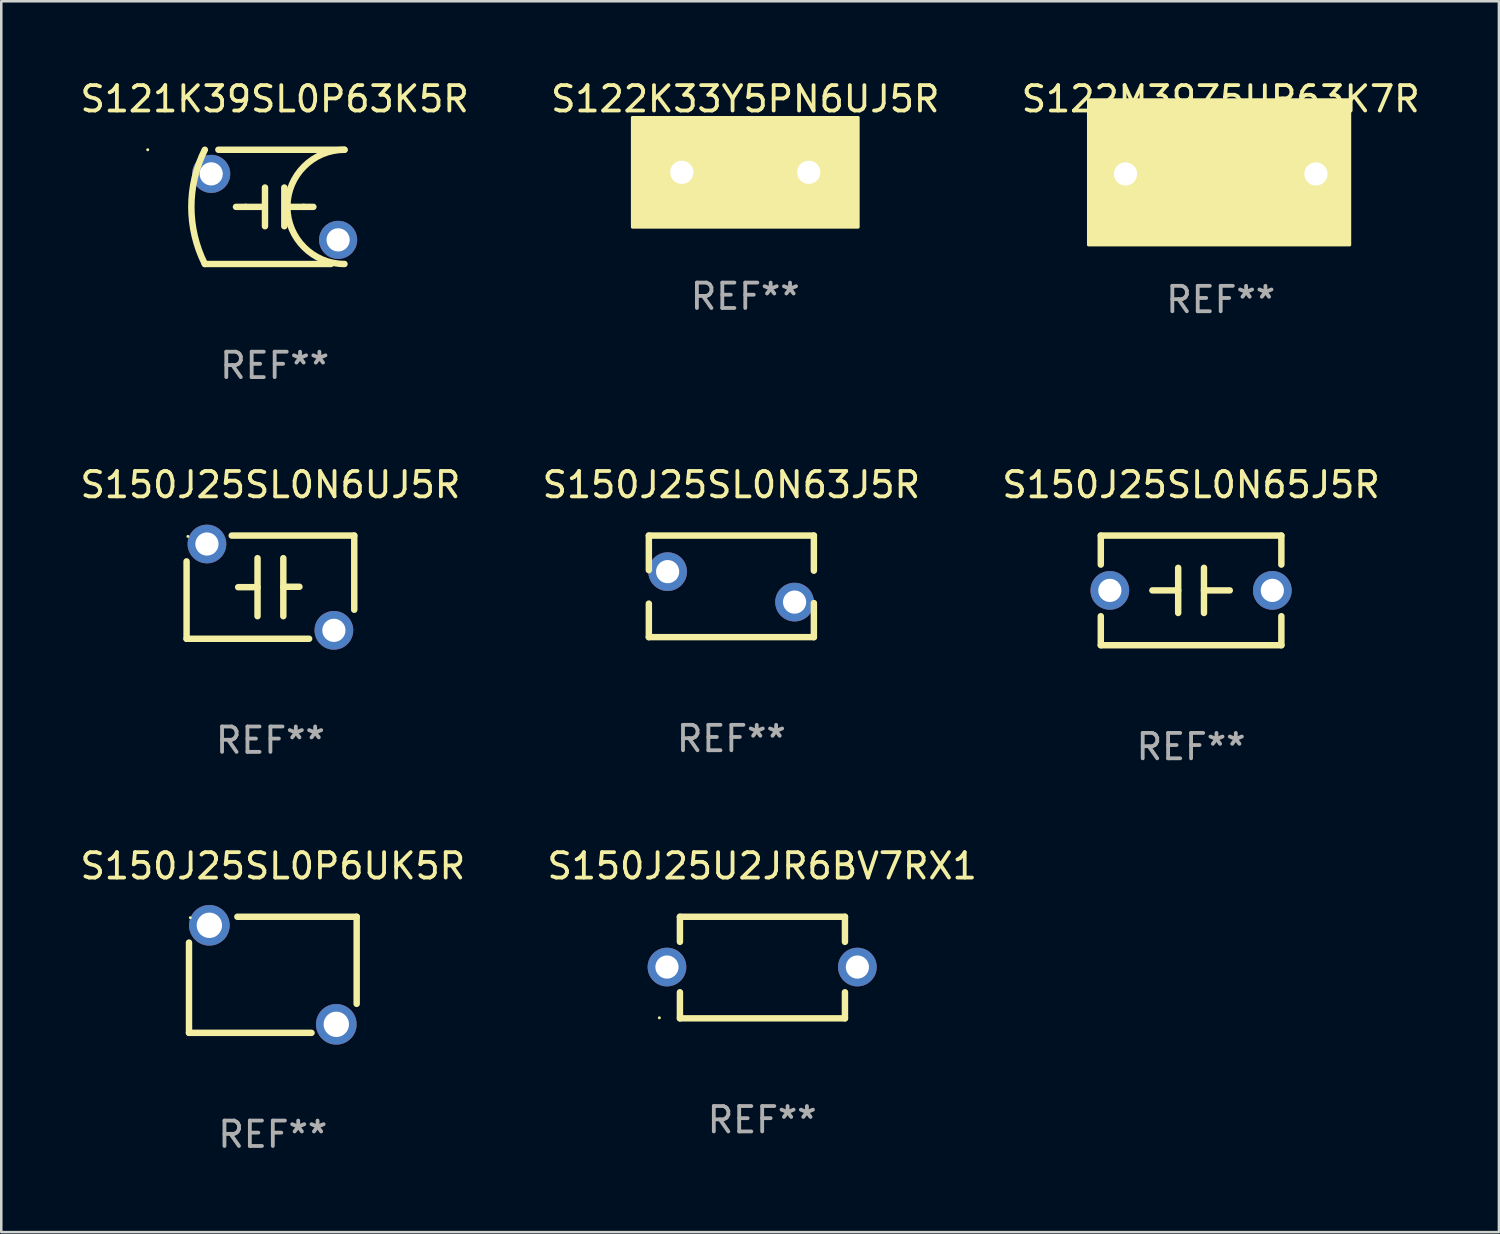
<source format=kicad_pcb>
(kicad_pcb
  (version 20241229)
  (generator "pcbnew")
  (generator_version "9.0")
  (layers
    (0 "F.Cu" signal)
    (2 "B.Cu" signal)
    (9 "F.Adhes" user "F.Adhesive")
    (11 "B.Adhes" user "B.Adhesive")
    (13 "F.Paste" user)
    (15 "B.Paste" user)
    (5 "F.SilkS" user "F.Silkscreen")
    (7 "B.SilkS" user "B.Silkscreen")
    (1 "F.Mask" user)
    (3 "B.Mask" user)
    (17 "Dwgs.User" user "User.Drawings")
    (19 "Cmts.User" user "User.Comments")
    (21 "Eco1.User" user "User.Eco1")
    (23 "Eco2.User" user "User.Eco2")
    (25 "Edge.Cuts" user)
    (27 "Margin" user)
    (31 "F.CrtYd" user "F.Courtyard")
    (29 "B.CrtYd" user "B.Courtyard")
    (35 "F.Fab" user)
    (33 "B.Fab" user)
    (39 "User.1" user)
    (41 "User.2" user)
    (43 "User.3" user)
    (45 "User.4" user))
  (footprint "S150J25U2JR6BV7RX1"
    (layer "F.Cu")
    (at 26.97 35.059)
    (property "Reference" "S150J25U2JR6BV7RX1" (at 0 -4 0) (layer "F.SilkS") (effects (font (size 1 1) (thickness 0.15))))
    (attr through_hole)
    (fp_line (start -3.24 -2) (end -3.24 -1.013) (stroke (width 0.254) (type solid)) (layer "F.SilkS"))
    (fp_line (start -3.24 -2) (end 3.26 -2) (stroke (width 0.254) (type solid)) (layer "F.SilkS"))
    (fp_line (start -3.24 0.973) (end -3.24 2) (stroke (width 0.254) (type solid)) (layer "F.SilkS"))
    (fp_line (start 3.26 -2) (end 3.26 -1.013) (stroke (width 0.254) (type solid)) (layer "F.SilkS"))
    (fp_line (start 3.26 0.973) (end 3.26 2) (stroke (width 0.254) (type solid)) (layer "F.SilkS"))
    (fp_line (start 3.26 2) (end -3.24 2) (stroke (width 0.254) (type solid)) (layer "F.SilkS"))
    (fp_circle (center -4.05 1.98) (end -4.02 1.98) (stroke (width 0.06) (type solid)) (fill no) (layer "F.SilkS"))
    (fp_text user "REF**" (at 0 6 0) (layer "F.Fab") (effects (font (size 1 1) (thickness 0.15))))
    (pad "1" thru_hole circle (at -3.75 -0.02) (size 1.524 1.524) (drill 0.914) (layers "*.Cu" "*.Mask"))
    (pad "2" thru_hole circle (at 3.75 -0.02) (size 1.524 1.524) (drill 0.914) (layers "*.Cu" "*.Mask")))
  (footprint "S122K33Y5PN6UJ5R"
    (layer "F.Cu")
    (at 26.304 3.737)
    (property "Reference" "S122K33Y5PN6UJ5R" (at 0 -2.889 0) (layer "F.SilkS") (effects (font (size 1 1) (thickness 0.15))))
    (attr through_hole)
    (fp_line (start -0.508 0) (end -1.27 0) (stroke (width 0.254) (type solid)) (layer "F.SilkS"))
    (fp_line (start -0.508 0.889) (end -0.508 -0.889) (stroke (width 0.254) (type solid)) (layer "F.SilkS"))
    (fp_line (start 0.508 -0.889) (end 0.508 0.889) (stroke (width 0.254) (type solid)) (layer "F.SilkS"))
    (fp_line (start 0.508 0) (end 1.27 0) (stroke (width 0.254) (type solid)) (layer "F.SilkS"))
    (fp_circle (center -4.25 2) (end -4.22 2) (stroke (width 0.06) (type solid)) (fill no) (layer "F.SilkS"))
    (fp_poly (pts (xy -4.445 -2.159) (xy 4.445 -2.159) (xy 4.445 2.159) (xy -4.445 2.159)) (stroke (width 0.12) (type solid)) (fill yes) (layer "F.SilkS"))
    (fp_text user "REF**" (at 0 4.889 0) (layer "F.Fab") (effects (font (size 1 1) (thickness 0.15))))
    (pad "1" thru_hole circle (at -2.5 0) (size 1.524 1.524) (drill 0.914) (layers "*.Cu" "*.Mask"))
    (pad "2" thru_hole circle (at 2.5 0) (size 1.524 1.524) (drill 0.914) (layers "*.Cu" "*.Mask")))
  (footprint "S150J25SL0N6UJ5R"
    (layer "F.Cu")
    (at 7.601 20.077)
    (property "Reference" "S150J25SL0N6UJ5R" (at 0 -4.032 0) (layer "F.SilkS") (effects (font (size 1 1) (thickness 0.15))))
    (attr through_hole)
    (fp_line (start -3.302 2.032) (end -3.302 -1.016) (stroke (width 0.254) (type solid)) (layer "F.SilkS"))
    (fp_line (start -3.302 2.032) (end 1.524 2.032) (stroke (width 0.254) (type solid)) (layer "F.SilkS"))
    (fp_line (start -1.524 -2.032) (end 3.302 -2.032) (stroke (width 0.254) (type solid)) (layer "F.SilkS"))
    (fp_line (start -1.27 0) (end -0.508 0) (stroke (width 0.254) (type solid)) (layer "F.SilkS"))
    (fp_line (start -0.508 1.143) (end -0.508 -1.143) (stroke (width 0.254) (type solid)) (layer "F.SilkS"))
    (fp_line (start 0.508 -0.016) (end 1.143 -0.016) (stroke (width 0.254) (type solid)) (layer "F.SilkS"))
    (fp_line (start 0.508 1.143) (end 0.508 -1.143) (stroke (width 0.254) (type solid)) (layer "F.SilkS"))
    (fp_line (start 3.302 -2.032) (end 3.302 0.889) (stroke (width 0.254) (type solid)) (layer "F.SilkS"))
    (fp_circle (center -3.25 -2) (end -3.22 -2) (stroke (width 0.06) (type solid)) (fill no) (layer "F.SilkS"))
    (fp_text user "REF**" (at 0 6.032 0) (layer "F.Fab") (effects (font (size 1 1) (thickness 0.15))))
    (pad "1" thru_hole circle (at -2.5 -1.7) (size 1.524 1.524) (drill 0.914) (layers "*.Cu" "*.Mask"))
    (pad "2" thru_hole circle (at 2.5 1.7) (size 1.524 1.524) (drill 0.914) (layers "*.Cu" "*.Mask")))
  (footprint "S122M39Z5UR63K7R"
    (layer "F.Cu")
    (at 45.03 3.801)
    (property "Reference" "S122M39Z5UR63K7R" (at 0 -2.953 0) (layer "F.SilkS") (effects (font (size 1 1) (thickness 0.15))))
    (attr through_hole)
    (fp_line (start -0.381 -0.000025) (end -1.397 -0.000025) (stroke (width 0.254) (type solid)) (layer "F.SilkS"))
    (fp_line (start -0.381 0.953) (end -0.381 -0.953) (stroke (width 0.254) (type solid)) (layer "F.SilkS"))
    (fp_line (start 0.381 -0.953) (end 0.381 0.953) (stroke (width 0.254) (type solid)) (layer "F.SilkS"))
    (fp_line (start 0.381 0.000025) (end 1.397 0.000025) (stroke (width 0.254) (type solid)) (layer "F.SilkS"))
    (fp_circle (center -5 2.75) (end -4.97 2.75) (stroke (width 0.06) (type solid)) (fill no) (layer "F.SilkS"))
    (fp_poly (pts (xy -5.207 -2.921) (xy 5.08 -2.921) (xy 5.08 2.794) (xy -5.207 2.794)) (stroke (width 0.12) (type solid)) (fill yes) (layer "F.SilkS"))
    (fp_text user "REF**" (at 0 4.953 0) (layer "F.Fab") (effects (font (size 1 1) (thickness 0.15))))
    (pad "1" thru_hole circle (at -3.75 0) (size 1.524 1.524) (drill 0.914) (layers "*.Cu" "*.Mask"))
    (pad "2" thru_hole circle (at 3.75 0) (size 1.524 1.524) (drill 0.914) (layers "*.Cu" "*.Mask")))
  (footprint "S150J25SL0P6UK5R"
    (layer "F.Cu")
    (at 7.696 35.345)
    (property "Reference" "S150J25SL0P6UK5R" (at 0 -4.286 0) (layer "F.SilkS") (effects (font (size 1 1) (thickness 0.15))))
    (attr through_hole)
    (fp_line (start -3.302 2.286) (end -3.302 -1.27) (stroke (width 0.254) (type solid)) (layer "F.SilkS"))
    (fp_line (start -3.302 2.286) (end 1.524 2.286) (stroke (width 0.254) (type solid)) (layer "F.SilkS"))
    (fp_line (start -1.397 -2.286) (end 3.302 -2.286) (stroke (width 0.254) (type solid)) (layer "F.SilkS"))
    (fp_line (start 3.302 -2.286) (end 3.302 1.143) (stroke (width 0.254) (type solid)) (layer "F.SilkS"))
    (fp_circle (center -3.25 -2.25) (end -3.22 -2.25) (stroke (width 0.06) (type solid)) (fill no) (layer "F.SilkS"))
    (fp_text user "REF**" (at 0 6.286 0) (layer "F.Fab") (effects (font (size 1 1) (thickness 0.15))))
    (pad "1" thru_hole circle (at -2.5 -1.95) (size 1.6 1.6) (drill 1) (layers "*.Cu" "*.Mask"))
    (pad "2" thru_hole circle (at 2.5 1.95) (size 1.6 1.6) (drill 1) (layers "*.Cu" "*.Mask")))
  (footprint "S150J25SL0N63J5R"
    (layer "F.Cu")
    (at 25.756 20.045)
    (property "Reference" "S150J25SL0N63J5R" (at 0 -4 0) (layer "F.SilkS") (effects (font (size 1 1) (thickness 0.15))))
    (attr through_hole)
    (fp_line (start -3.25 -0.64) (end -3.25 -2) (stroke (width 0.254) (type solid)) (layer "F.SilkS"))
    (fp_line (start -3.25 2) (end -3.25 0.68) (stroke (width 0.254) (type solid)) (layer "F.SilkS"))
    (fp_line (start -3.25 2) (end 3.25 2) (stroke (width 0.254) (type solid)) (layer "F.SilkS"))
    (fp_line (start 3.25 -2) (end -3.25 -2) (stroke (width 0.254) (type solid)) (layer "F.SilkS"))
    (fp_line (start 3.25 -0.617) (end 3.25 -2) (stroke (width 0.254) (type solid)) (layer "F.SilkS"))
    (fp_line (start 3.25 2) (end 3.25 0.657) (stroke (width 0.254) (type solid)) (layer "F.SilkS"))
    (fp_circle (center -3.26 -1.98) (end -3.23 -1.98) (stroke (width 0.06) (type solid)) (fill no) (layer "F.SilkS"))
    (fp_text user "REF**" (at 0 6 0) (layer "F.Fab") (effects (font (size 1 1) (thickness 0.15))))
    (pad "1" thru_hole circle (at -2.51 -0.58) (size 1.524 1.524) (drill 0.914) (layers "*.Cu" "*.Mask"))
    (pad "2" thru_hole circle (at 2.49 0.62) (size 1.524 1.524) (drill 0.914) (layers "*.Cu" "*.Mask")))
  (footprint "S121K39SL0P63K5R"
    (layer "F.Cu")
    (at 7.768 5.098)
    (property "Reference" "S121K39SL0P63K5R" (at 0 -4.25 0) (layer "F.SilkS") (effects (font (size 1 1) (thickness 0.15))))
    (attr through_hole)
    (fp_line (start -2.75 2.25) (end 2.217 2.25) (stroke (width 0.254) (type solid)) (layer "F.SilkS"))
    (fp_line (start -1.143 0) (end -1.524 0) (stroke (width 0.254) (type solid)) (layer "F.SilkS"))
    (fp_line (start -1.143 0) (end -0.508 0) (stroke (width 0.254) (type solid)) (layer "F.SilkS"))
    (fp_line (start -0.381 -0.762) (end -0.381 0.762) (stroke (width 0.254) (type solid)) (layer "F.SilkS"))
    (fp_line (start 0.381 -0.762) (end 0.381 0.762) (stroke (width 0.254) (type solid)) (layer "F.SilkS"))
    (fp_line (start 1.143 0) (end 0.508 0) (stroke (width 0.254) (type solid)) (layer "F.SilkS"))
    (fp_line (start 1.143 0) (end 1.524 0) (stroke (width 0.254) (type solid)) (layer "F.SilkS"))
    (fp_line (start 2.75 -2.25) (end -2.217 -2.25) (stroke (width 0.254) (type solid)) (layer "F.SilkS"))
    (fp_arc (start -2.749962 2.250013) (mid -3.281118 0) (end -2.749962 -2.250013) (stroke (width 0.254001) (type solid)) (layer "F.SilkS"))
    (fp_arc (start 2.749962 2.250013) (mid 0.499949 0) (end 2.749962 -2.250013) (stroke (width 0.254001) (type solid)) (layer "F.SilkS"))
    (fp_circle (center -5 -2.25) (end -4.97 -2.25) (stroke (width 0.06) (type solid)) (fill no) (layer "F.SilkS"))
    (fp_text user "REF**" (at 0 6.25 0) (layer "F.Fab") (effects (font (size 1 1) (thickness 0.15))))
    (pad "1" thru_hole circle (at -2.5 -1.3) (size 1.5 1.5) (drill 0.914) (layers "*.Cu" "*.Mask"))
    (pad "2" thru_hole circle (at 2.5 1.3) (size 1.5 1.5) (drill 0.914) (layers "*.Cu" "*.Mask")))
  (footprint "S150J25SL0N65J5R"
    (layer "F.Cu")
    (at 43.863 20.204)
    (property "Reference" "S150J25SL0N65J5R" (at 0 -4.159 0) (layer "F.SilkS") (effects (font (size 1 1) (thickness 0.15))))
    (attr through_hole)
    (fp_line (start -3.556 -2.159) (end 3.556 -2.159) (stroke (width 0.254) (type solid)) (layer "F.SilkS"))
    (fp_line (start -3.556 -1.016) (end -3.556 -2.159) (stroke (width 0.254) (type solid)) (layer "F.SilkS"))
    (fp_line (start -3.556 2.159) (end -3.556 1.016) (stroke (width 0.254) (type solid)) (layer "F.SilkS"))
    (fp_line (start -0.508 -0.000025) (end -1.524 -0.000025) (stroke (width 0.254) (type solid)) (layer "F.SilkS"))
    (fp_line (start -0.508 0.889) (end -0.508 -0.889) (stroke (width 0.254) (type solid)) (layer "F.SilkS"))
    (fp_line (start 0.508 -0.889) (end 0.508 0.889) (stroke (width 0.254) (type solid)) (layer "F.SilkS"))
    (fp_line (start 0.508 0.000025) (end 1.524 0.000025) (stroke (width 0.254) (type solid)) (layer "F.SilkS"))
    (fp_line (start 3.556 -2.159) (end 3.556 -1.016) (stroke (width 0.254) (type solid)) (layer "F.SilkS"))
    (fp_line (start 3.556 1.016) (end 3.556 2.159) (stroke (width 0.254) (type solid)) (layer "F.SilkS"))
    (fp_line (start 3.556 2.159) (end -3.556 2.159) (stroke (width 0.254) (type solid)) (layer "F.SilkS"))
    (fp_circle (center -3.5 2) (end -3.47 2) (stroke (width 0.06) (type solid)) (fill no) (layer "F.SilkS"))
    (fp_text user "REF**" (at 0 6.159 0) (layer "F.Fab") (effects (font (size 1 1) (thickness 0.15))))
    (pad "1" thru_hole circle (at -3.2 0) (size 1.524 1.524) (drill 0.914) (layers "*.Cu" "*.Mask"))
    (pad "2" thru_hole circle (at 3.2 0) (size 1.524 1.524) (drill 0.914) (layers "*.Cu" "*.Mask")))
  (gr_rect
    (start -3 -3)
    (end 55.988 45.48)
    (stroke (width 0.1) (type default))
    (fill no)
    (layer "Edge.Cuts")))
</source>
